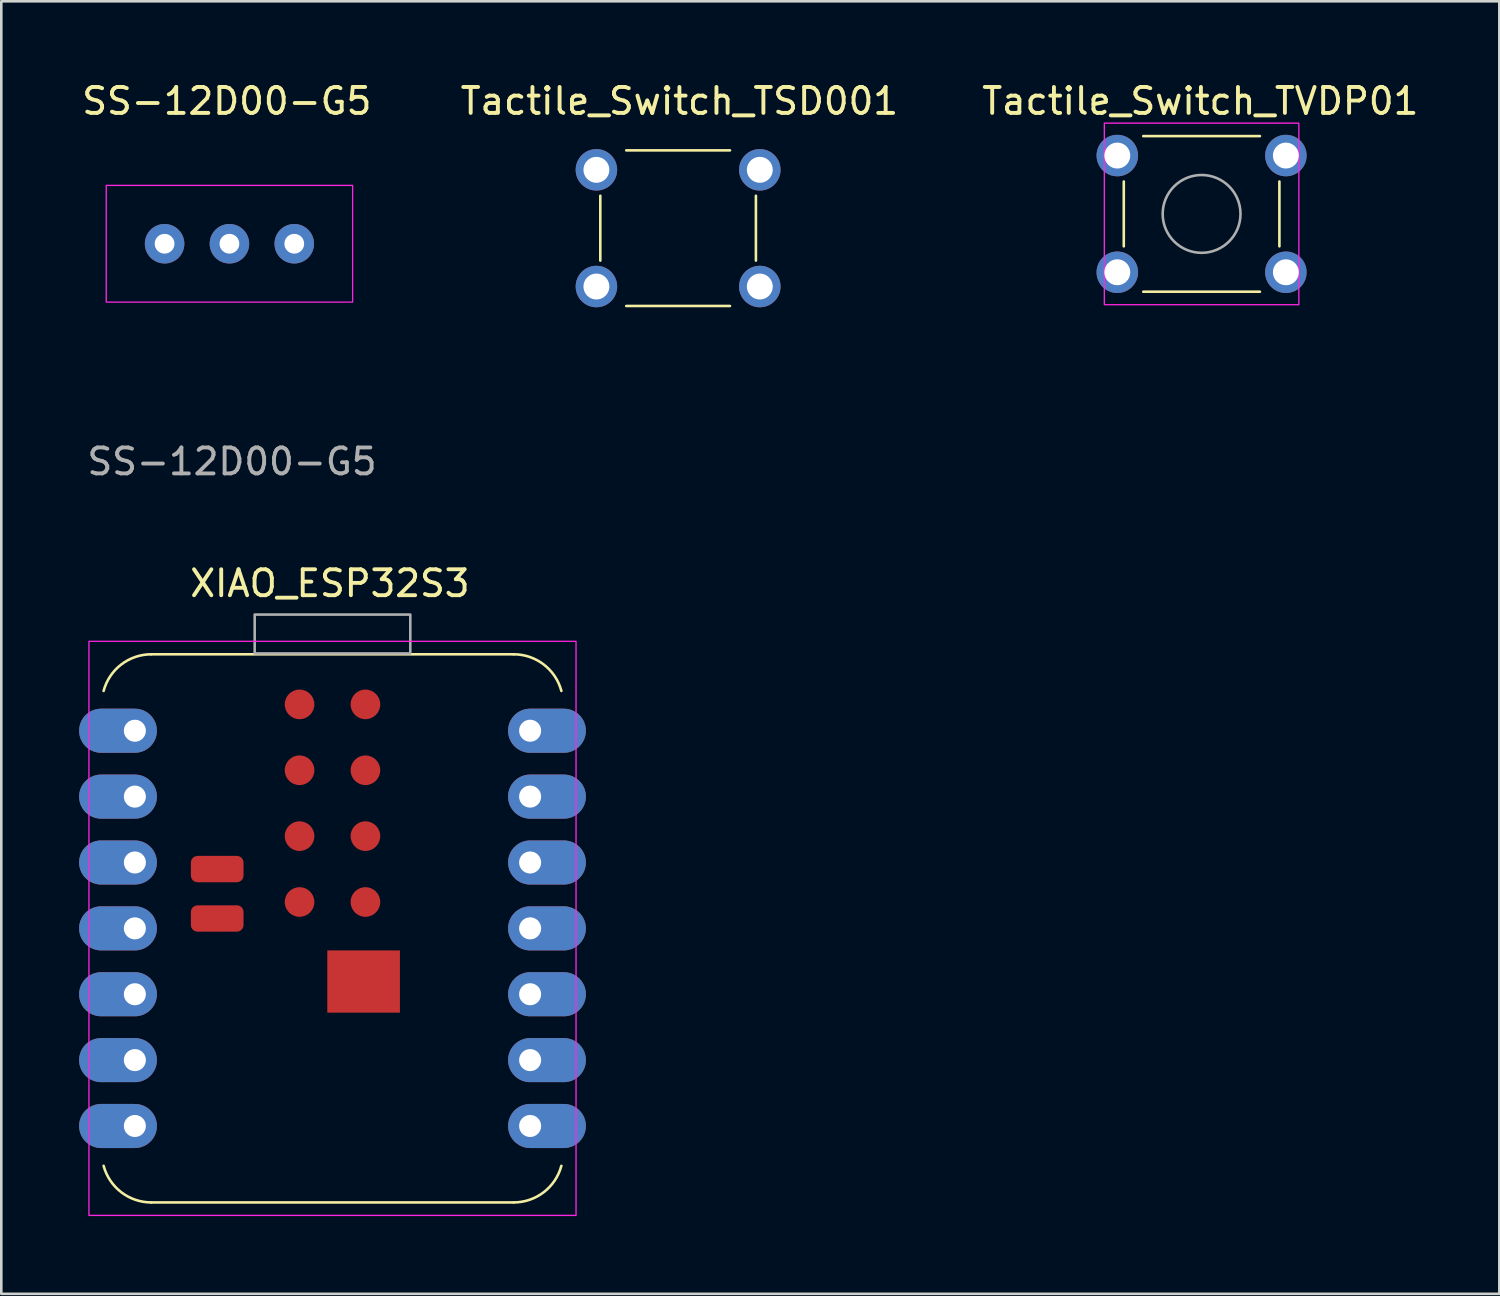
<source format=kicad_pcb>
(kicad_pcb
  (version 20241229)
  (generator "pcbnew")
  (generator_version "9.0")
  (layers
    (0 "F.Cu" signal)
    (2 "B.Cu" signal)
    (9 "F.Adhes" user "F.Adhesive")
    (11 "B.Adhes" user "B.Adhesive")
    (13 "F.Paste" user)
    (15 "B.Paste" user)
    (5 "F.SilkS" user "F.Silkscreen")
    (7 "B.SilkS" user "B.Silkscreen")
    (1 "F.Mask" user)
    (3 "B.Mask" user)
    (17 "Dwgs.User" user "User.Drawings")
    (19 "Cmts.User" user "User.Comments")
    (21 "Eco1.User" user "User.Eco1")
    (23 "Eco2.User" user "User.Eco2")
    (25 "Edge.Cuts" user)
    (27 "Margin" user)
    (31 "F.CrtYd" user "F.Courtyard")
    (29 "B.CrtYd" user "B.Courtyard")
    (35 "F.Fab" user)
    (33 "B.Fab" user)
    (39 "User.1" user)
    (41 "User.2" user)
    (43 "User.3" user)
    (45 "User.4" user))
  (footprint "SS-12D00-G5"
    (layer "F.Cu")
    (at 5.796 6.348)
    (property "Reference" "SS-12D00-G5" (at -0.1 -5.5 0) (unlocked yes) (layer "F.SilkS") (effects (font (size 1 1) (thickness 0.15))))
    (attr through_hole)
    (fp_rect (start -4.75 -2.25) (end 4.75 2.25) (stroke (width 0.05) (type default)) (fill no) (layer "F.CrtYd"))
    (fp_text user "${REFERENCE}" (at 0.1 8.4 0) (unlocked yes) (layer "F.Fab") (effects (font (size 1 1) (thickness 0.15))))
    (pad "1" thru_hole circle (at -2.5 0) (size 1.524 1.524) (drill 0.762) (layers "*.Cu" "*.Mask"))
    (pad "2" thru_hole circle (at 0 0) (size 1.524 1.524) (drill 0.762) (layers "*.Cu" "*.Mask"))
    (pad "3" thru_hole circle (at 2.5 0) (size 1.524 1.524) (drill 0.762) (layers "*.Cu" "*.Mask")))
  (footprint "Tactile_Switch_TSD001"
    (layer "F.Cu")
    (at 19.946 3.498)
    (property "Reference" "Tactile_Switch_TSD001" (at 3.2 -2.65 0) (unlocked yes) (layer "F.SilkS") (effects (font (size 1 1) (thickness 0.15))))
    (attr through_hole)
    (fp_line (start 0.15 3.5) (end 0.15 1) (stroke (width 0.1) (type default)) (layer "F.SilkS"))
    (fp_line (start 1.15 -0.75) (end 5.15 -0.75) (stroke (width 0.1) (type default)) (layer "F.SilkS"))
    (fp_line (start 5.15 5.25) (end 1.15 5.25) (stroke (width 0.1) (type default)) (layer "F.SilkS"))
    (fp_line (start 6.15 1) (end 6.15 3.5) (stroke (width 0.1) (type default)) (layer "F.SilkS"))
    (pad "1" thru_hole circle (at 0 0) (size 1.6 1.6) (drill 1) (layers "*.Cu" "*.Mask"))
    (pad "1" thru_hole circle (at 6.3 0) (size 1.6 1.6) (drill 1) (layers "*.Cu" "*.Mask"))
    (pad "2" thru_hole circle (at 0 4.5) (size 1.6 1.6) (drill 1) (layers "*.Cu" "*.Mask"))
    (pad "2" thru_hole circle (at 6.3 4.5) (size 1.6 1.6) (drill 1) (layers "*.Cu" "*.Mask")))
  (footprint "XIAO_ESP32S3"
    (layer "F.Cu")
    (at 9.77 32.745)
    (property "Reference" "XIAO_ESP32S3" (at -0.1 -13.3 0) (unlocked yes) (layer "F.SilkS") (effects (font (size 1 1) (thickness 0.15))))
    (attr smd)
    (fp_line (start -6.985 -10.568) (end 6.985 -10.568) (stroke (width 0.1) (type default)) (layer "F.SilkS"))
    (fp_line (start -6.985 10.568) (end 6.985 10.568) (stroke (width 0.1) (type default)) (layer "F.SilkS"))
    (fp_arc (start -8.825468 -9.154132) (mid -8.145273 -10.173391) (end -6.985 -10.5675) (stroke (width 0.1) (type default)) (layer "F.SilkS"))
    (fp_arc (start -6.985 10.5675) (mid -8.144789 10.173763) (end -8.825153 9.155311) (stroke (width 0.1) (type default)) (layer "F.SilkS"))
    (fp_arc (start 6.985 -10.5675) (mid 8.145298 -10.173373) (end 8.825484 -9.154072) (stroke (width 0.1) (type default)) (layer "F.SilkS"))
    (fp_arc (start 8.824791 9.156659) (mid 8.144235 10.174187) (end 6.985 10.5675) (stroke (width 0.1) (type default)) (layer "F.SilkS"))
    (fp_rect (start -9.39 -11.068) (end 9.39 11.068) (stroke (width 0.05) (type default)) (fill no) (layer "F.CrtYd"))
    (fp_rect (start -3 -12.1) (end 3 -10.6) (stroke (width 0.1) (type default)) (fill no) (layer "F.Fab"))
    (pad "" smd rect (at 1.2 2.05) (size 2.8 2.4) (layers "F.Cu" "F.Mask" "F.Paste"))
    (pad "1" thru_hole oval (at -7.62 -7.62) (size 3 1.7) (drill 0.85 (offset -0.65 0)) (layers "*.Cu" "*.Mask" "F.Paste"))
    (pad "2" thru_hole oval (at -7.62 -5.08) (size 3 1.7) (drill 0.85 (offset -0.65 0)) (layers "*.Cu" "*.Mask" "F.Paste"))
    (pad "3" thru_hole oval (at -7.62 -2.54) (size 3 1.7) (drill 0.85 (offset -0.65 0)) (layers "*.Cu" "*.Mask" "F.Paste"))
    (pad "4" thru_hole oval (at -7.62 0) (size 3 1.7) (drill 0.85 (offset -0.65 0)) (layers "*.Cu" "*.Mask" "F.Paste"))
    (pad "5" thru_hole oval (at -7.62 2.54) (size 3 1.7) (drill 0.85 (offset -0.65 0)) (layers "*.Cu" "*.Mask" "F.Paste"))
    (pad "6" thru_hole oval (at -7.62 5.08) (size 3 1.7) (drill 0.85 (offset -0.65 0)) (layers "*.Cu" "*.Mask" "F.Paste"))
    (pad "7" thru_hole oval (at -7.62 7.62) (size 3 1.7) (drill 0.85 (offset -0.65 0)) (layers "*.Cu" "*.Mask" "F.Paste"))
    (pad "8" thru_hole oval (at 7.62 7.62 180) (size 3 1.7) (drill 0.85 (offset -0.65 0)) (layers "*.Cu" "*.Mask" "F.Paste"))
    (pad "9" thru_hole oval (at 7.62 5.08 180) (size 3 1.7) (drill 0.85 (offset -0.65 0)) (layers "*.Cu" "*.Mask" "F.Paste"))
    (pad "10" thru_hole oval (at 7.62 2.54 180) (size 3 1.7) (drill 0.85 (offset -0.65 0)) (layers "*.Cu" "*.Mask" "F.Paste"))
    (pad "11" thru_hole oval (at 7.62 0 180) (size 3 1.7) (drill 0.85 (offset -0.65 0)) (layers "*.Cu" "*.Mask" "F.Paste"))
    (pad "12" thru_hole oval (at 7.62 -2.54 180) (size 3 1.7) (drill 0.85 (offset -0.65 0)) (layers "*.Cu" "*.Mask" "F.Paste"))
    (pad "13" thru_hole oval (at 7.62 -5.08 180) (size 3 1.7) (drill 0.85 (offset -0.65 0)) (layers "*.Cu" "*.Mask" "F.Paste"))
    (pad "14" thru_hole oval (at 7.62 -7.62 180) (size 3 1.7) (drill 0.85 (offset -0.65 0)) (layers "*.Cu" "*.Mask" "F.Paste"))
    (pad "15" smd roundrect (at -4.445 -0.381) (size 2.032 1.016) (layers "F.Cu" "F.Mask" "F.Paste") (roundrect_rratio 0.25))
    (pad "16" smd roundrect (at -4.445 -2.286) (size 2.032 1.016) (layers "F.Cu" "F.Mask" "F.Paste") (roundrect_rratio 0.25))
    (pad "17" smd circle (at -1.27 -8.636) (size 1.143 1.143) (layers "F.Cu" "F.Mask" "F.Paste"))
    (pad "18" smd circle (at 1.27 -8.636) (size 1.143 1.143) (layers "F.Cu" "F.Mask" "F.Paste"))
    (pad "19" smd circle (at -1.27 -6.096) (size 1.143 1.143) (layers "F.Cu" "F.Mask" "F.Paste"))
    (pad "20" smd circle (at 1.27 -6.096) (size 1.143 1.143) (layers "F.Cu" "F.Mask" "F.Paste"))
    (pad "21" smd circle (at -1.27 -3.556) (size 1.143 1.143) (layers "F.Cu" "F.Mask" "F.Paste"))
    (pad "22" smd circle (at 1.27 -3.556) (size 1.143 1.143) (layers "F.Cu" "F.Mask" "F.Paste"))
    (pad "23" smd circle (at -1.27 -1.016) (size 1.143 1.143) (layers "F.Cu" "F.Mask" "F.Paste"))
    (pad "24" smd circle (at 1.27 -1.016) (size 1.143 1.143) (layers "F.Cu" "F.Mask" "F.Paste")))
  (footprint "Tactile_Switch_TVDP01"
    (layer "F.Cu")
    (at 40.03 2.948)
    (property "Reference" "Tactile_Switch_TVDP01" (at 3.2 -2.1 0) (unlocked yes) (layer "F.SilkS") (effects (font (size 1 1) (thickness 0.15))))
    (attr through_hole)
    (fp_line (start 0.25 3.5) (end 0.25 1) (stroke (width 0.1) (type default)) (layer "F.SilkS"))
    (fp_line (start 1 -0.75) (end 5.5 -0.75) (stroke (width 0.1) (type default)) (layer "F.SilkS"))
    (fp_line (start 5.5 5.25) (end 1 5.25) (stroke (width 0.1) (type default)) (layer "F.SilkS"))
    (fp_line (start 6.25 1) (end 6.25 3.5) (stroke (width 0.1) (type default)) (layer "F.SilkS"))
    (fp_rect (start -0.5 -1.25) (end 7 5.75) (stroke (width 0.05) (type default)) (fill no) (layer "F.CrtYd"))
    (fp_circle (center 3.25 2.25) (end 4.75 2.25) (stroke (width 0.1) (type default)) (fill no) (layer "F.Fab"))
    (pad "1" thru_hole circle (at 0 0) (size 1.6 1.6) (drill 1) (layers "*.Cu" "*.Mask"))
    (pad "1" thru_hole circle (at 6.5 0) (size 1.6 1.6) (drill 1) (layers "*.Cu" "*.Mask"))
    (pad "2" thru_hole circle (at 0 4.5) (size 1.6 1.6) (drill 1) (layers "*.Cu" "*.Mask"))
    (pad "2" thru_hole circle (at 6.5 4.5) (size 1.6 1.6) (drill 1) (layers "*.Cu" "*.Mask")))
  (gr_rect
    (start -3 -3)
    (end 54.76 46.837)
    (stroke (width 0.1) (type default))
    (fill no)
    (layer "Edge.Cuts")))
</source>
